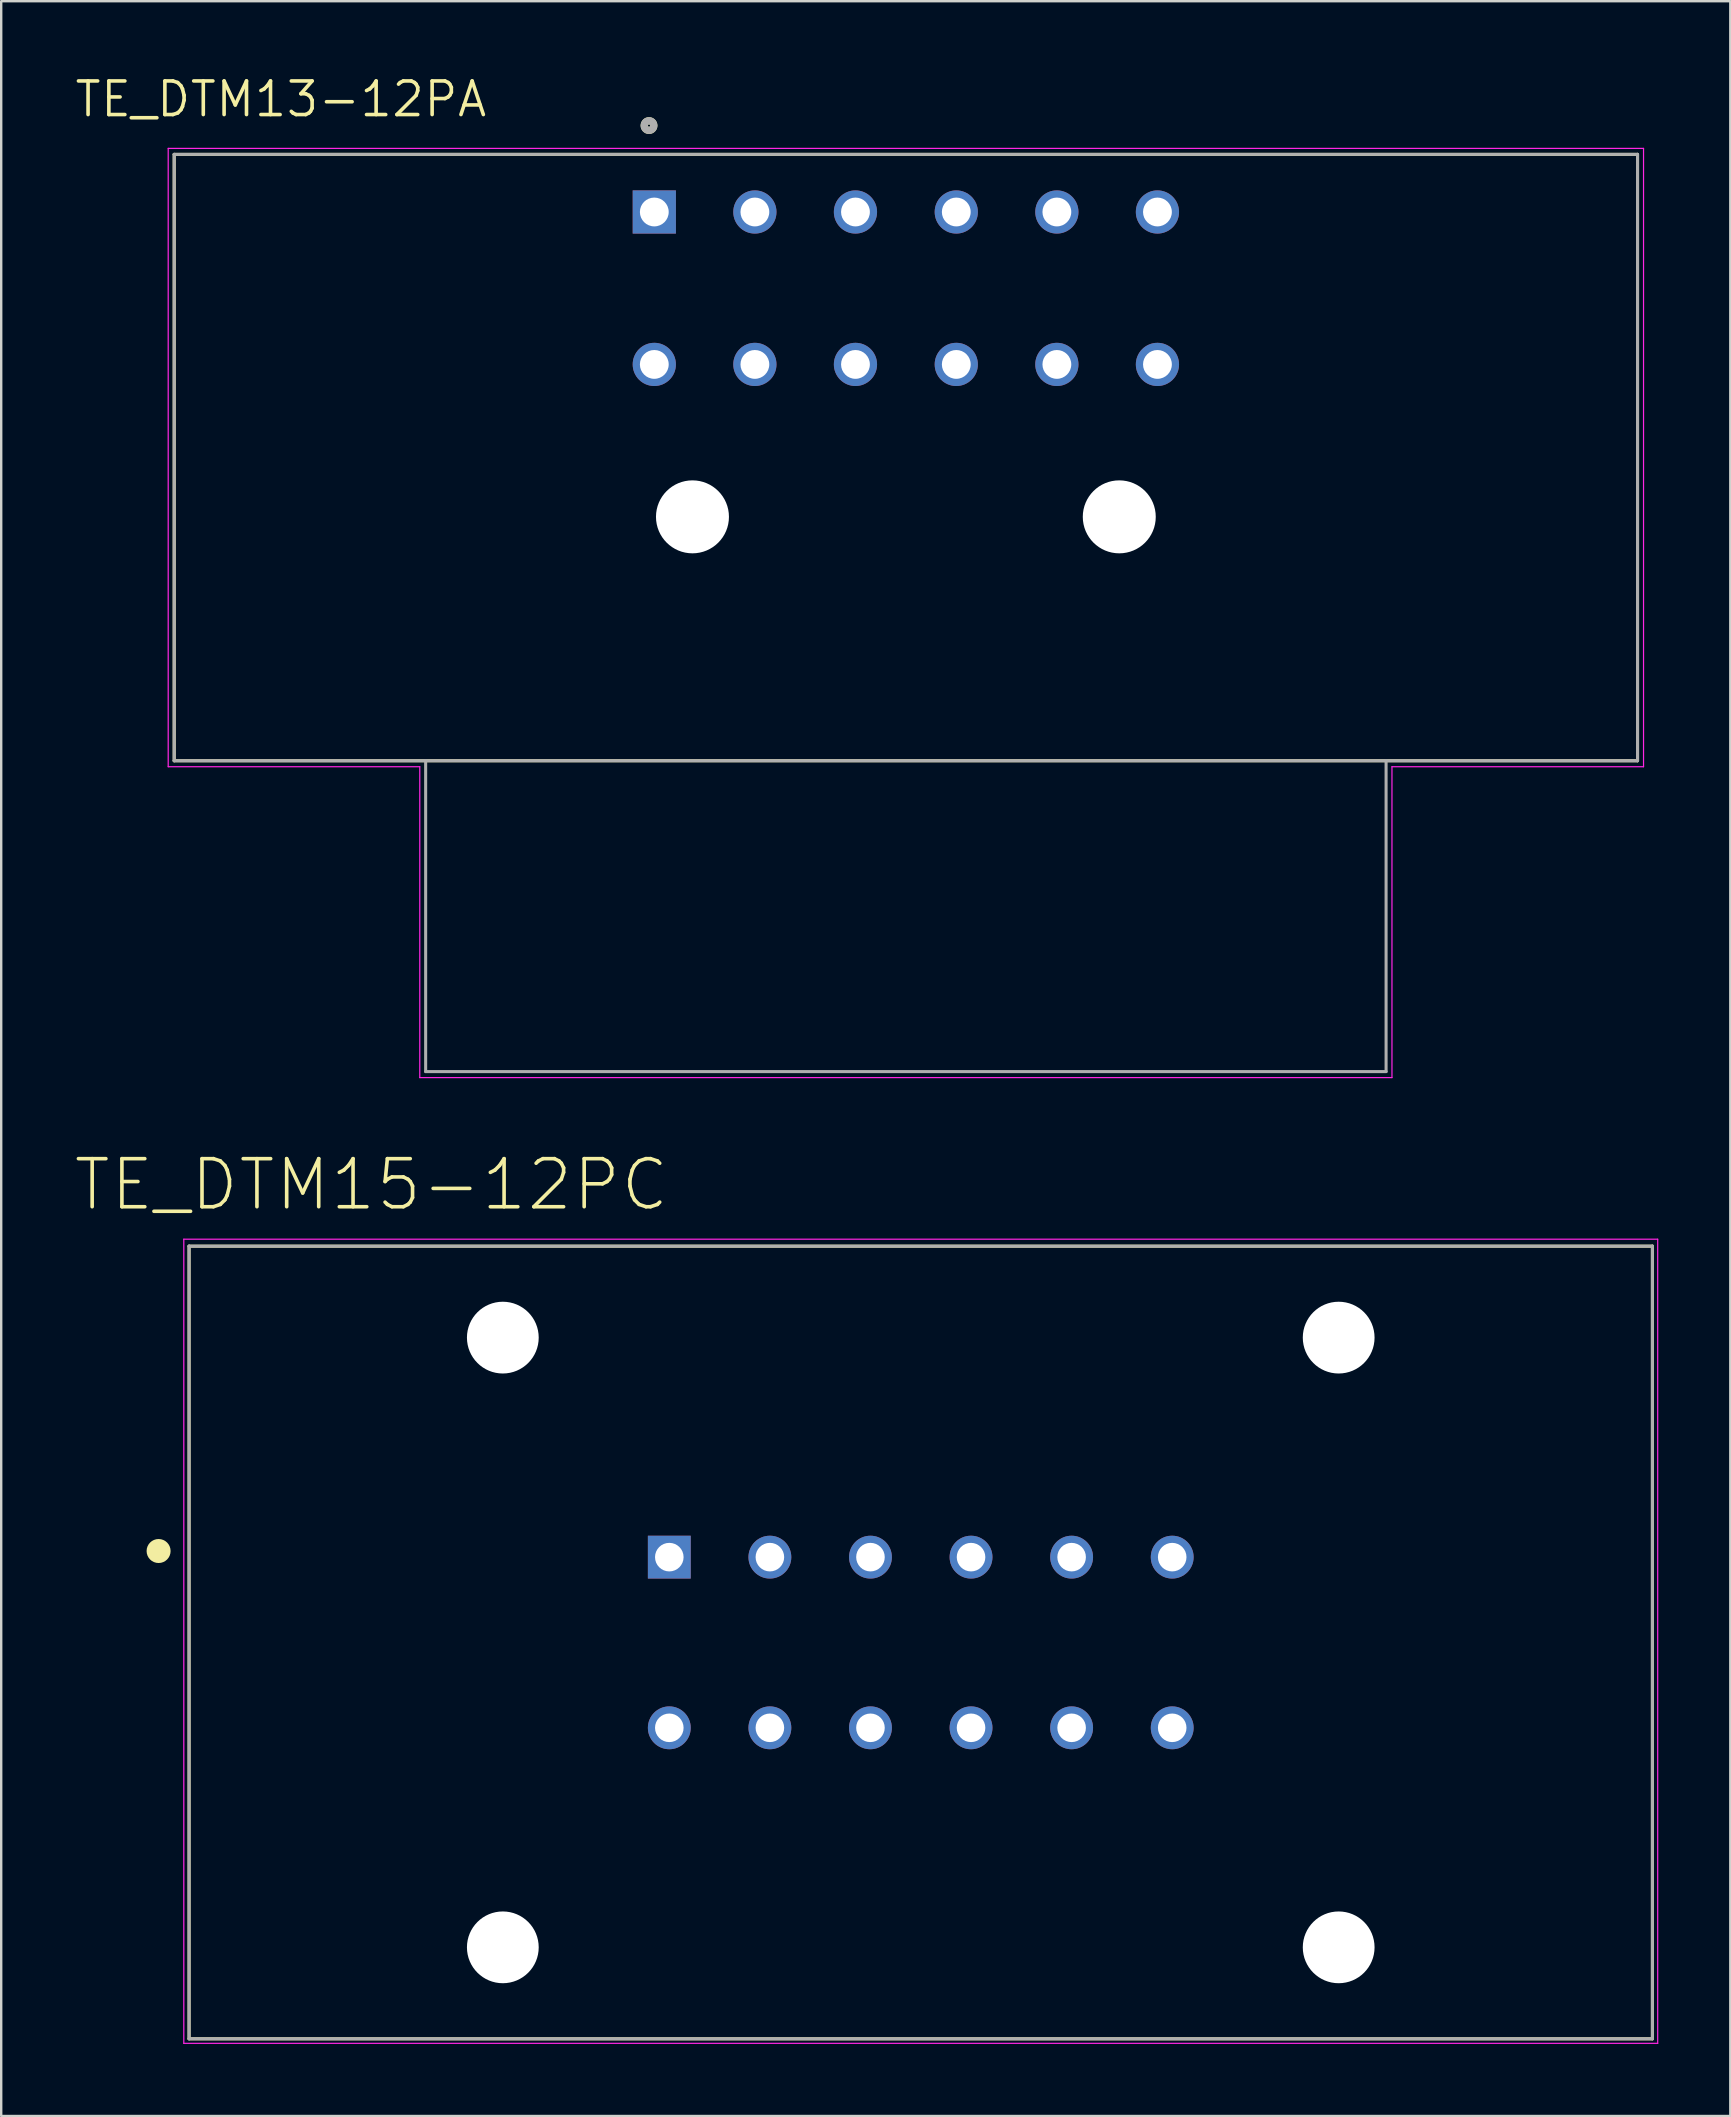
<source format=kicad_pcb>
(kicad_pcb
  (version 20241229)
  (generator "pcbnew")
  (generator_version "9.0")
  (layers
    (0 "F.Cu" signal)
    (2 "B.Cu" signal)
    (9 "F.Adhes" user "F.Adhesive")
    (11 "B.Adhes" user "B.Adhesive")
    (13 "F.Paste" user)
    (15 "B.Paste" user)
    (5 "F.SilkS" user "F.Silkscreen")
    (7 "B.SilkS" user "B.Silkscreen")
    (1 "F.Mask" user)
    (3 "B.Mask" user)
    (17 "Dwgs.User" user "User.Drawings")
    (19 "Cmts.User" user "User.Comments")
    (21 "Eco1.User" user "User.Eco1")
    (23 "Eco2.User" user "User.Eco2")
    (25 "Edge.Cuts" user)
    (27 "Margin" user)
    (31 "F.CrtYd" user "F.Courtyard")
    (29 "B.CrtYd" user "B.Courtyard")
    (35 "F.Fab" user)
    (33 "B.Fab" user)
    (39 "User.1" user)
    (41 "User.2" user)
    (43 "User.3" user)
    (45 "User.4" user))
  (footprint "TE_DTM15-12PC"
    (layer "F.Cu")
    (at 35.307 65.373)
    (property "Reference" "TE_DTM15-12PC" (at -22.887 -19.072 0) (layer "F.SilkS") (effects (font (size 2.002 2.002) (thickness 0.15))))
    (attr through_hole)
    (fp_line (start -30.48 -16.51) (end 30.48 -16.51) (stroke (width 0.127) (type solid)) (layer "F.SilkS"))
    (fp_line (start -30.48 16.51) (end -30.48 -16.51) (stroke (width 0.127) (type solid)) (layer "F.SilkS"))
    (fp_line (start 30.48 -16.51) (end 30.48 16.51) (stroke (width 0.127) (type solid)) (layer "F.SilkS"))
    (fp_line (start 30.48 16.51) (end -30.48 16.51) (stroke (width 0.127) (type solid)) (layer "F.SilkS"))
    (fp_circle (center -31.75 -3.81) (end -31.5 -3.81) (stroke (width 0.5) (type solid)) (fill no) (layer "F.SilkS"))
    (fp_line (start -30.7 -16.8) (end 30.7 -16.8) (stroke (width 0.05) (type solid)) (layer "F.CrtYd"))
    (fp_line (start -30.7 16.7) (end -30.7 -16.8) (stroke (width 0.05) (type solid)) (layer "F.CrtYd"))
    (fp_line (start 30.7 -16.8) (end 30.7 16.7) (stroke (width 0.05) (type solid)) (layer "F.CrtYd"))
    (fp_line (start 30.7 16.7) (end -30.7 16.7) (stroke (width 0.05) (type solid)) (layer "F.CrtYd"))
    (fp_line (start -30.48 -16.51) (end 30.48 -16.51) (stroke (width 0.127) (type solid)) (layer "F.Fab"))
    (fp_line (start -30.48 16.51) (end -30.48 -16.51) (stroke (width 0.127) (type solid)) (layer "F.Fab"))
    (fp_line (start 30.48 -16.51) (end 30.48 16.51) (stroke (width 0.127) (type solid)) (layer "F.Fab"))
    (fp_line (start 30.48 16.51) (end -30.48 16.51) (stroke (width 0.127) (type solid)) (layer "F.Fab"))
    (pad "" np_thru_hole circle (at -17.41 -12.7) (size 2.99 2.99) (drill 2.99) (layers "*.Cu" "*.Mask"))
    (pad "" np_thru_hole circle (at -17.41 12.7) (size 2.99 2.99) (drill 2.99) (layers "*.Cu" "*.Mask"))
    (pad "" np_thru_hole circle (at 17.41 -12.7) (size 2.99 2.99) (drill 2.99) (layers "*.Cu" "*.Mask"))
    (pad "" np_thru_hole circle (at 17.41 12.7) (size 2.99 2.99) (drill 2.99) (layers "*.Cu" "*.Mask"))
    (pad "1" thru_hole rect (at -10.475 -3.555) (size 1.785 1.785) (drill 1.19) (layers "*.Cu" "*.Mask"))
    (pad "2" thru_hole circle (at -6.285 -3.555) (size 1.785 1.785) (drill 1.19) (layers "*.Cu" "*.Mask"))
    (pad "3" thru_hole circle (at -2.095 -3.555) (size 1.785 1.785) (drill 1.19) (layers "*.Cu" "*.Mask"))
    (pad "4" thru_hole circle (at 2.095 -3.555) (size 1.785 1.785) (drill 1.19) (layers "*.Cu" "*.Mask"))
    (pad "5" thru_hole circle (at 6.285 -3.555) (size 1.785 1.785) (drill 1.19) (layers "*.Cu" "*.Mask"))
    (pad "6" thru_hole circle (at 10.475 -3.555) (size 1.785 1.785) (drill 1.19) (layers "*.Cu" "*.Mask"))
    (pad "7" thru_hole circle (at 10.475 3.555) (size 1.785 1.785) (drill 1.19) (layers "*.Cu" "*.Mask"))
    (pad "8" thru_hole circle (at 6.285 3.555) (size 1.785 1.785) (drill 1.19) (layers "*.Cu" "*.Mask"))
    (pad "9" thru_hole circle (at 2.095 3.555) (size 1.785 1.785) (drill 1.19) (layers "*.Cu" "*.Mask"))
    (pad "10" thru_hole circle (at -2.095 3.555) (size 1.785 1.785) (drill 1.19) (layers "*.Cu" "*.Mask"))
    (pad "11" thru_hole circle (at -6.285 3.555) (size 1.785 1.785) (drill 1.19) (layers "*.Cu" "*.Mask"))
    (pad "12" thru_hole circle (at -10.475 3.555) (size 1.785 1.785) (drill 1.19) (layers "*.Cu" "*.Mask")))
  (footprint "TE_DTM13-12PA"
    (layer "F.Cu")
    (at 34.687 18.481)
    (property "Reference" "TE_DTM13-12PA" (at -26.035 -17.399 0) (layer "F.SilkS") (effects (font (size 1.4 1.4) (thickness 0.15))))
    (attr through_hole)
    (fp_line (start -30.48 -15.1) (end 30.48 -15.1) (stroke (width 0.127) (type solid)) (layer "F.SilkS"))
    (fp_line (start -30.48 10.16) (end -30.48 -15.1) (stroke (width 0.127) (type solid)) (layer "F.SilkS"))
    (fp_line (start 30.48 -15.1) (end 30.48 10.16) (stroke (width 0.127) (type solid)) (layer "F.SilkS"))
    (fp_line (start 30.48 10.16) (end -30.48 10.16) (stroke (width 0.127) (type solid)) (layer "F.SilkS"))
    (fp_circle (center -10.7 -16.3) (end -10.5 -16.3) (stroke (width 0.3) (type solid)) (fill no) (layer "F.SilkS"))
    (fp_line (start -30.73 -15.35) (end 30.73 -15.35) (stroke (width 0.05) (type solid)) (layer "F.CrtYd"))
    (fp_line (start -30.73 10.41) (end -30.73 -15.35) (stroke (width 0.05) (type solid)) (layer "F.CrtYd"))
    (fp_line (start -20.25 10.41) (end -30.73 10.41) (stroke (width 0.05) (type solid)) (layer "F.CrtYd"))
    (fp_line (start -20.25 23.36) (end -20.25 10.41) (stroke (width 0.05) (type solid)) (layer "F.CrtYd"))
    (fp_line (start 20.25 10.41) (end 20.25 23.36) (stroke (width 0.05) (type solid)) (layer "F.CrtYd"))
    (fp_line (start 20.25 23.36) (end -20.25 23.36) (stroke (width 0.05) (type solid)) (layer "F.CrtYd"))
    (fp_line (start 30.73 -15.35) (end 30.73 10.41) (stroke (width 0.05) (type solid)) (layer "F.CrtYd"))
    (fp_line (start 30.73 10.41) (end 20.25 10.41) (stroke (width 0.05) (type solid)) (layer "F.CrtYd"))
    (fp_line (start -30.48 -15.1) (end 30.48 -15.1) (stroke (width 0.127) (type solid)) (layer "F.Fab"))
    (fp_line (start -30.48 10.16) (end -30.48 -15.1) (stroke (width 0.127) (type solid)) (layer "F.Fab"))
    (fp_line (start -20.005 10.16) (end -30.48 10.16) (stroke (width 0.127) (type solid)) (layer "F.Fab"))
    (fp_line (start -20.005 23.11) (end -20.005 10.16) (stroke (width 0.127) (type solid)) (layer "F.Fab"))
    (fp_line (start 20.005 10.16) (end -20.005 10.16) (stroke (width 0.127) (type solid)) (layer "F.Fab"))
    (fp_line (start 20.005 10.16) (end 20.005 23.11) (stroke (width 0.127) (type solid)) (layer "F.Fab"))
    (fp_line (start 20.005 23.11) (end -20.005 23.11) (stroke (width 0.127) (type solid)) (layer "F.Fab"))
    (fp_line (start 30.48 -15.1) (end 30.48 10.16) (stroke (width 0.127) (type solid)) (layer "F.Fab"))
    (fp_line (start 30.48 10.16) (end 20.005 10.16) (stroke (width 0.127) (type solid)) (layer "F.Fab"))
    (fp_circle (center -10.7 -16.3) (end -10.5 -16.3) (stroke (width 0.3) (type solid)) (fill no) (layer "F.Fab"))
    (pad "" np_thru_hole circle (at -8.89 0) (size 3.04 3.04) (drill 3.04) (layers "*.Cu" "*.Mask"))
    (pad "" np_thru_hole circle (at 8.89 0) (size 3.04 3.04) (drill 3.04) (layers "*.Cu" "*.Mask"))
    (pad "1" thru_hole rect (at -10.48 -12.7) (size 1.8 1.8) (drill 1.2) (layers "*.Cu" "*.Mask"))
    (pad "2" thru_hole circle (at -6.29 -12.7) (size 1.8 1.8) (drill 1.2) (layers "*.Cu" "*.Mask"))
    (pad "3" thru_hole circle (at -2.1 -12.7) (size 1.8 1.8) (drill 1.2) (layers "*.Cu" "*.Mask"))
    (pad "4" thru_hole circle (at 2.1 -12.7) (size 1.8 1.8) (drill 1.2) (layers "*.Cu" "*.Mask"))
    (pad "5" thru_hole circle (at 6.29 -12.7) (size 1.8 1.8) (drill 1.2) (layers "*.Cu" "*.Mask"))
    (pad "6" thru_hole circle (at 10.48 -12.7) (size 1.8 1.8) (drill 1.2) (layers "*.Cu" "*.Mask"))
    (pad "7" thru_hole circle (at 10.48 -6.35) (size 1.8 1.8) (drill 1.2) (layers "*.Cu" "*.Mask"))
    (pad "8" thru_hole circle (at 6.29 -6.35) (size 1.8 1.8) (drill 1.2) (layers "*.Cu" "*.Mask"))
    (pad "9" thru_hole circle (at 2.1 -6.35) (size 1.8 1.8) (drill 1.2) (layers "*.Cu" "*.Mask"))
    (pad "10" thru_hole circle (at -2.1 -6.35) (size 1.8 1.8) (drill 1.2) (layers "*.Cu" "*.Mask"))
    (pad "11" thru_hole circle (at -6.29 -6.35) (size 1.8 1.8) (drill 1.2) (layers "*.Cu" "*.Mask"))
    (pad "12" thru_hole circle (at -10.48 -6.35) (size 1.8 1.8) (drill 1.2) (layers "*.Cu" "*.Mask")))
  (gr_rect
    (start -3 -3)
    (end 69.032 85.098)
    (stroke (width 0.1) (type default))
    (fill no)
    (layer "Edge.Cuts")))
</source>
